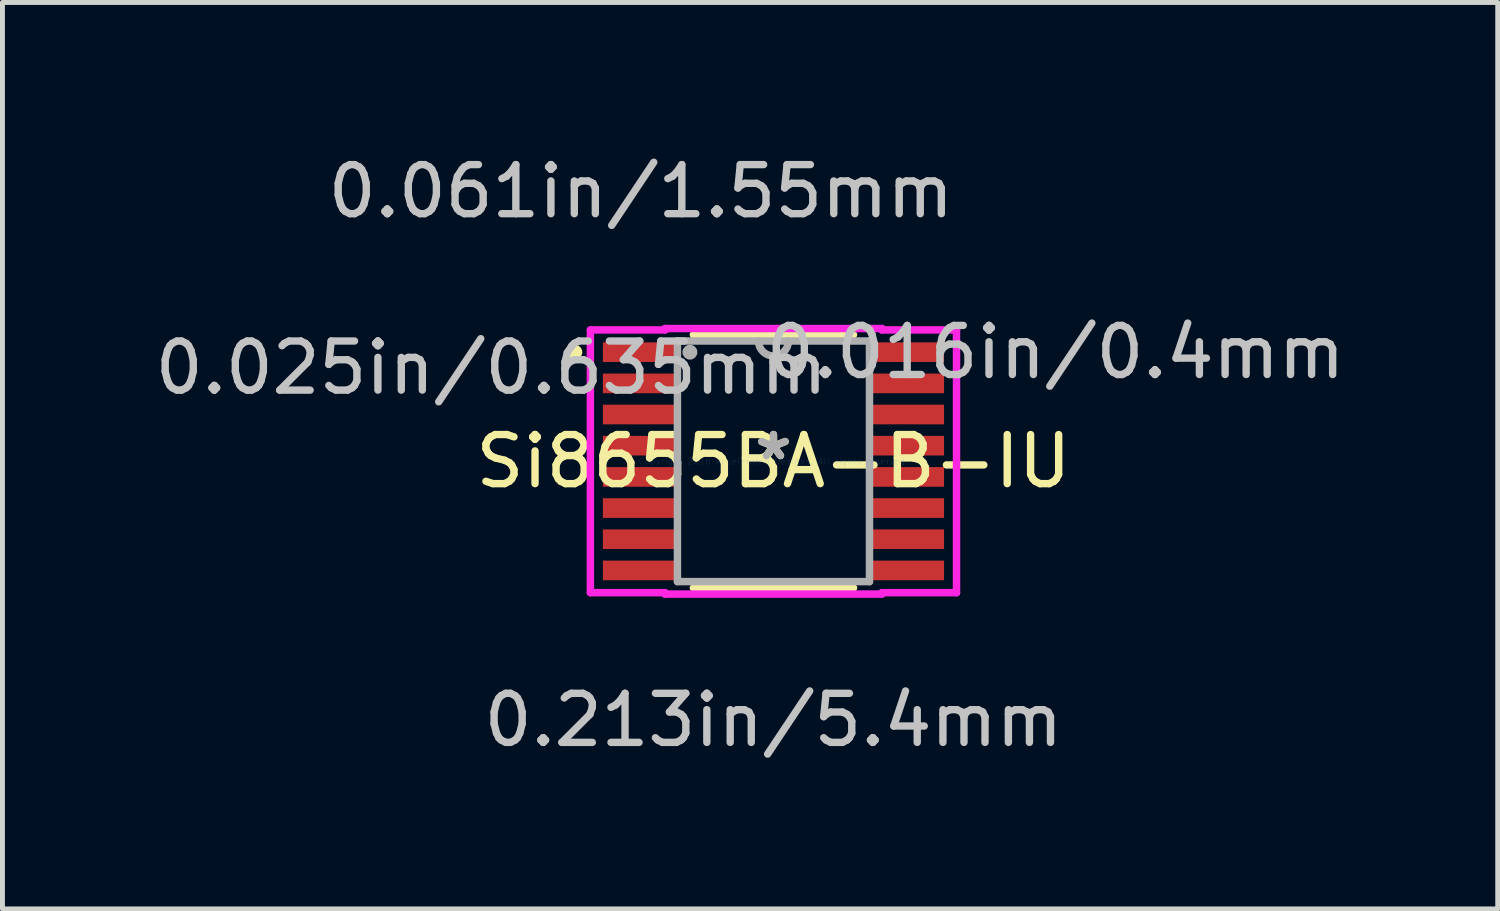
<source format=kicad_pcb>
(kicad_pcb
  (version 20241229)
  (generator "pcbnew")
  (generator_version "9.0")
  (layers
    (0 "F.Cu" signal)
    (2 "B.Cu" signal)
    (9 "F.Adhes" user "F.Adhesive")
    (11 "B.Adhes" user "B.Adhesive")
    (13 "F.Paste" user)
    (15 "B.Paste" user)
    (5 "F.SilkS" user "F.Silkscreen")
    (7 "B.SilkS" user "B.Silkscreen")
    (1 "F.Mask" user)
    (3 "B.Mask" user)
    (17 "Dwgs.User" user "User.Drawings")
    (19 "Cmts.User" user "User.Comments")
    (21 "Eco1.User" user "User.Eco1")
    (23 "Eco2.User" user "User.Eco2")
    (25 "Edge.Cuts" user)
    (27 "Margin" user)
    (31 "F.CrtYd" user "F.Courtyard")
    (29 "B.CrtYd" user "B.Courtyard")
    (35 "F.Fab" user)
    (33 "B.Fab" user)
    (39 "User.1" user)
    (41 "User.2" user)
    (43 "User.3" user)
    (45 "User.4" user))
  (footprint "Si8655BA-B-IU"
    (layer "F.Cu")
    (at 12.706 6.347)
    (property "Reference" "Si8655BA-B-IU" (at 0 0 0) (layer "F.SilkS") (effects (font (size 1 1) (thickness 0.15))))
    (attr through_hole)
    (fp_line (start -1.631 2.578) (end 1.631 2.578) (stroke (width 0.152) (type solid)) (layer "F.SilkS"))
    (fp_line (start 1.631 -2.578) (end -1.631 -2.578) (stroke (width 0.152) (type solid)) (layer "F.SilkS"))
    (fp_circle (center -4.046 -2.223) (end -3.97 -2.223) (stroke (width 0.152) (type solid)) (fill no) (layer "F.SilkS"))
    (fp_line (start -3.729 -2.676) (end -2.21 -2.676) (stroke (width 0.152) (type solid)) (layer "F.CrtYd"))
    (fp_line (start -3.729 2.676) (end -3.729 -2.676) (stroke (width 0.152) (type solid)) (layer "F.CrtYd"))
    (fp_line (start -2.21 -2.705) (end 2.21 -2.705) (stroke (width 0.152) (type solid)) (layer "F.CrtYd"))
    (fp_line (start -2.21 -2.676) (end -2.21 -2.705) (stroke (width 0.152) (type solid)) (layer "F.CrtYd"))
    (fp_line (start -2.21 2.676) (end -3.729 2.676) (stroke (width 0.152) (type solid)) (layer "F.CrtYd"))
    (fp_line (start -2.21 2.705) (end -2.21 2.676) (stroke (width 0.152) (type solid)) (layer "F.CrtYd"))
    (fp_line (start 2.21 -2.705) (end 2.21 -2.676) (stroke (width 0.152) (type solid)) (layer "F.CrtYd"))
    (fp_line (start 2.21 -2.676) (end 3.729 -2.676) (stroke (width 0.152) (type solid)) (layer "F.CrtYd"))
    (fp_line (start 2.21 2.676) (end 2.21 2.705) (stroke (width 0.152) (type solid)) (layer "F.CrtYd"))
    (fp_line (start 2.21 2.705) (end -2.21 2.705) (stroke (width 0.152) (type solid)) (layer "F.CrtYd"))
    (fp_line (start 3.729 -2.676) (end 3.729 2.676) (stroke (width 0.152) (type solid)) (layer "F.CrtYd"))
    (fp_line (start 3.729 2.676) (end 2.21 2.676) (stroke (width 0.152) (type solid)) (layer "F.CrtYd"))
    (fp_line (start -1.956 -2.451) (end -1.956 2.451) (stroke (width 0.152) (type solid)) (layer "F.Fab"))
    (fp_line (start -1.956 2.451) (end 1.956 2.451) (stroke (width 0.152) (type solid)) (layer "F.Fab"))
    (fp_line (start 1.956 -2.451) (end -1.956 -2.451) (stroke (width 0.152) (type solid)) (layer "F.Fab"))
    (fp_line (start 1.956 2.451) (end 1.956 -2.451) (stroke (width 0.152) (type solid)) (layer "F.Fab"))
    (fp_arc (start 0.3048 -2.4511) (mid 0 -2.1463) (end -0.3048 -2.4511) (stroke (width 0.1524) (type solid)) (layer "F.Fab"))
    (fp_circle (center -1.702 -2.223) (end -1.626 -2.223) (stroke (width 0.152) (type solid)) (fill no) (layer "F.Fab"))
    (fp_text user "*" (at 0 0 0) (layer "F.SilkS") (effects (font (size 1 1) (thickness 0.15))))
    (fp_text user "0.016in/0.4mm" (at 5.748 -2.223 0) (layer "Dwgs.User") (effects (font (size 1 1) (thickness 0.15))))
    (fp_text user "0.025in/0.635mm" (at -5.748 -1.905 0) (layer "Dwgs.User") (effects (font (size 1 1) (thickness 0.15))))
    (fp_text user "0.213in/5.4mm" (at 0 5.271 0) (layer "Dwgs.User") (effects (font (size 1 1) (thickness 0.15))))
    (fp_text user "0.061in/1.55mm" (at -2.7 -5.499 0) (layer "Dwgs.User") (effects (font (size 1 1) (thickness 0.15))))
    (fp_text user "Copyright 2016 Accelerated Designs. All rights reserved." (at 0 0 0) (layer "Cmts.User") (effects (font (size 0.127 0.127) (thickness 0.002))))
    (fp_text user "*" (at 0 0 0) (layer "F.Fab") (effects (font (size 1 1) (thickness 0.15))))
    (pad "1" smd rect (at -2.7 -2.223) (size 1.55 0.4) (layers "F.Cu" "F.Mask" "F.Paste"))
    (pad "2" smd rect (at -2.7 -1.587) (size 1.55 0.4) (layers "F.Cu" "F.Mask" "F.Paste"))
    (pad "3" smd rect (at -2.7 -0.953) (size 1.55 0.4) (layers "F.Cu" "F.Mask" "F.Paste"))
    (pad "4" smd rect (at -2.7 -0.318) (size 1.55 0.4) (layers "F.Cu" "F.Mask" "F.Paste"))
    (pad "5" smd rect (at -2.7 0.318) (size 1.55 0.4) (layers "F.Cu" "F.Mask" "F.Paste"))
    (pad "6" smd rect (at -2.7 0.953) (size 1.55 0.4) (layers "F.Cu" "F.Mask" "F.Paste"))
    (pad "7" smd rect (at -2.7 1.587) (size 1.55 0.4) (layers "F.Cu" "F.Mask" "F.Paste"))
    (pad "8" smd rect (at -2.7 2.223) (size 1.55 0.4) (layers "F.Cu" "F.Mask" "F.Paste"))
    (pad "9" smd rect (at 2.7 2.223) (size 1.55 0.4) (layers "F.Cu" "F.Mask" "F.Paste"))
    (pad "10" smd rect (at 2.7 1.587) (size 1.55 0.4) (layers "F.Cu" "F.Mask" "F.Paste"))
    (pad "11" smd rect (at 2.7 0.953) (size 1.55 0.4) (layers "F.Cu" "F.Mask" "F.Paste"))
    (pad "12" smd rect (at 2.7 0.318) (size 1.55 0.4) (layers "F.Cu" "F.Mask" "F.Paste"))
    (pad "13" smd rect (at 2.7 -0.318) (size 1.55 0.4) (layers "F.Cu" "F.Mask" "F.Paste"))
    (pad "14" smd rect (at 2.7 -0.953) (size 1.55 0.4) (layers "F.Cu" "F.Mask" "F.Paste"))
    (pad "15" smd rect (at 2.7 -1.587) (size 1.55 0.4) (layers "F.Cu" "F.Mask" "F.Paste"))
    (pad "16" smd rect (at 2.7 -2.223) (size 1.55 0.4) (layers "F.Cu" "F.Mask" "F.Paste")))
  (gr_rect
    (start -3 -3)
    (end 27.46 15.466)
    (stroke (width 0.1) (type default))
    (fill no)
    (layer "Edge.Cuts")))
</source>
